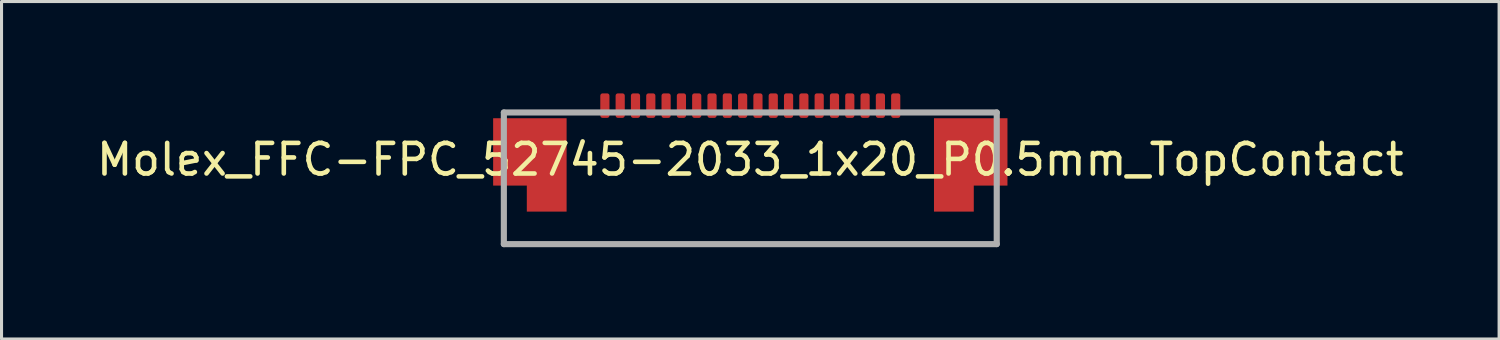
<source format=kicad_pcb>
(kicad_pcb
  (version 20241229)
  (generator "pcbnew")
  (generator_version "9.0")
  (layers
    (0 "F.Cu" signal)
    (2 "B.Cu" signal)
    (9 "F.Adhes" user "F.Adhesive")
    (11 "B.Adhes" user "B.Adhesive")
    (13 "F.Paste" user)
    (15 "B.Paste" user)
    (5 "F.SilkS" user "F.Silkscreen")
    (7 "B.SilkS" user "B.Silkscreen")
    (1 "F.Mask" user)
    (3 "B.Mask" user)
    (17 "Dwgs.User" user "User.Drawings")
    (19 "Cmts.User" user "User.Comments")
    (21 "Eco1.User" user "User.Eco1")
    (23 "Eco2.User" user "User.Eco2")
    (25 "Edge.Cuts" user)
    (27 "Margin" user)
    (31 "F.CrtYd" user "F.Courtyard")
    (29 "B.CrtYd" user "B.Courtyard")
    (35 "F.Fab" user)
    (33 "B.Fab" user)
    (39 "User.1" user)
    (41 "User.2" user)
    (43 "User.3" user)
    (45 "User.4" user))
  (footprint "Molex_FFC-FPC_52745-2033_1x20_P0.5mm_TopContact"
    (layer "F.Cu")
    (at 21.458 2.662)
    (property "Reference" "Molex_FFC-FPC_52745-2033_1x20_P0.5mm_TopContact" (at 0 -0.5 0) (unlocked yes) (layer "F.SilkS") (effects (font (size 1 1) (thickness 0.15))))
    (attr smd)
    (fp_line (start -8.05 1.462) (end -8.05 2.262) (stroke (width 0.1) (type solid)) (layer "F.SilkS"))
    (fp_line (start -8.05 2.262) (end 8.05 2.262) (stroke (width 0.1) (type solid)) (layer "F.SilkS"))
    (fp_line (start -8 -2.038) (end -5.5 -2.038) (stroke (width 0.1) (type solid)) (layer "F.SilkS"))
    (fp_line (start 5.5 -2.038) (end 8 -2.038) (stroke (width 0.1) (type solid)) (layer "F.SilkS"))
    (fp_line (start 8.05 2.262) (end 8.05 1.462) (stroke (width 0.1) (type solid)) (layer "F.SilkS"))
    (fp_line (start -8.05 -2.038) (end 8.05 -2.038) (stroke (width 0.2) (type solid)) (layer "F.Fab"))
    (fp_line (start -8.05 2.262) (end -8.05 -2.038) (stroke (width 0.2) (type solid)) (layer "F.Fab"))
    (fp_line (start 8.05 -2.038) (end 8.05 2.262) (stroke (width 0.2) (type solid)) (layer "F.Fab"))
    (fp_line (start 8.05 2.262) (end -8.05 2.262) (stroke (width 0.2) (type solid)) (layer "F.Fab"))
    (pad "" smd custom (at -6.5 -1.3) (size 1 1) (layers "F.Cu" "F.Mask" "F.Paste") (options (anchor rect)) (primitives (gr_poly (pts (xy 0.5 2.5) (xy -0.8 2.5) (xy -0.8 1.65) (xy -1.9 1.65) (xy -1.9 -0.55) (xy 0.5 -0.55)) (width 0) (fill yes))))
    (pad "" smd custom (at 6.5 -1.3) (size 1 1) (layers "F.Cu" "F.Mask" "F.Paste") (options (anchor rect)) (primitives (gr_poly (pts (xy -0.5 2.5) (xy 0.8 2.5) (xy 0.8 1.65) (xy 1.9 1.65) (xy 1.9 -0.55) (xy -0.5 -0.55)) (width 0) (fill yes))))
    (pad "1" smd roundrect (at -4.75 -2.262) (size 0.3 0.8) (layers "F.Cu" "F.Mask" "F.Paste") (roundrect_rratio 0.25))
    (pad "2" smd roundrect (at -4.25 -2.262) (size 0.3 0.8) (layers "F.Cu" "F.Mask" "F.Paste") (roundrect_rratio 0.25))
    (pad "3" smd roundrect (at -3.75 -2.262) (size 0.3 0.8) (layers "F.Cu" "F.Mask" "F.Paste") (roundrect_rratio 0.25))
    (pad "4" smd roundrect (at -3.25 -2.262) (size 0.3 0.8) (layers "F.Cu" "F.Mask" "F.Paste") (roundrect_rratio 0.25))
    (pad "5" smd roundrect (at -2.75 -2.262) (size 0.3 0.8) (layers "F.Cu" "F.Mask" "F.Paste") (roundrect_rratio 0.25))
    (pad "6" smd roundrect (at -2.25 -2.262) (size 0.3 0.8) (layers "F.Cu" "F.Mask" "F.Paste") (roundrect_rratio 0.25))
    (pad "7" smd roundrect (at -1.75 -2.262) (size 0.3 0.8) (layers "F.Cu" "F.Mask" "F.Paste") (roundrect_rratio 0.25))
    (pad "8" smd roundrect (at -1.25 -2.262) (size 0.3 0.8) (layers "F.Cu" "F.Mask" "F.Paste") (roundrect_rratio 0.25))
    (pad "9" smd roundrect (at -0.75 -2.262) (size 0.3 0.8) (layers "F.Cu" "F.Mask" "F.Paste") (roundrect_rratio 0.25))
    (pad "10" smd roundrect (at -0.25 -2.262) (size 0.3 0.8) (layers "F.Cu" "F.Mask" "F.Paste") (roundrect_rratio 0.25))
    (pad "11" smd roundrect (at 0.25 -2.262) (size 0.3 0.8) (layers "F.Cu" "F.Mask" "F.Paste") (roundrect_rratio 0.25))
    (pad "12" smd roundrect (at 0.75 -2.262) (size 0.3 0.8) (layers "F.Cu" "F.Mask" "F.Paste") (roundrect_rratio 0.25))
    (pad "13" smd roundrect (at 1.25 -2.262) (size 0.3 0.8) (layers "F.Cu" "F.Mask" "F.Paste") (roundrect_rratio 0.25))
    (pad "14" smd roundrect (at 1.75 -2.262) (size 0.3 0.8) (layers "F.Cu" "F.Mask" "F.Paste") (roundrect_rratio 0.25))
    (pad "15" smd roundrect (at 2.25 -2.262) (size 0.3 0.8) (layers "F.Cu" "F.Mask" "F.Paste") (roundrect_rratio 0.25))
    (pad "16" smd roundrect (at 2.75 -2.262) (size 0.3 0.8) (layers "F.Cu" "F.Mask" "F.Paste") (roundrect_rratio 0.25))
    (pad "17" smd roundrect (at 3.25 -2.262) (size 0.3 0.8) (layers "F.Cu" "F.Mask" "F.Paste") (roundrect_rratio 0.25))
    (pad "18" smd roundrect (at 3.75 -2.262) (size 0.3 0.8) (layers "F.Cu" "F.Mask" "F.Paste") (roundrect_rratio 0.25))
    (pad "19" smd roundrect (at 4.25 -2.262) (size 0.3 0.8) (layers "F.Cu" "F.Mask" "F.Paste") (roundrect_rratio 0.25))
    (pad "20" smd roundrect (at 4.75 -2.262) (size 0.3 0.8) (layers "F.Cu" "F.Mask" "F.Paste") (roundrect_rratio 0.25)))
  (gr_rect
    (start -3 -3)
    (end 45.917 8.024)
    (stroke (width 0.1) (type default))
    (fill no)
    (layer "Edge.Cuts")))
</source>
